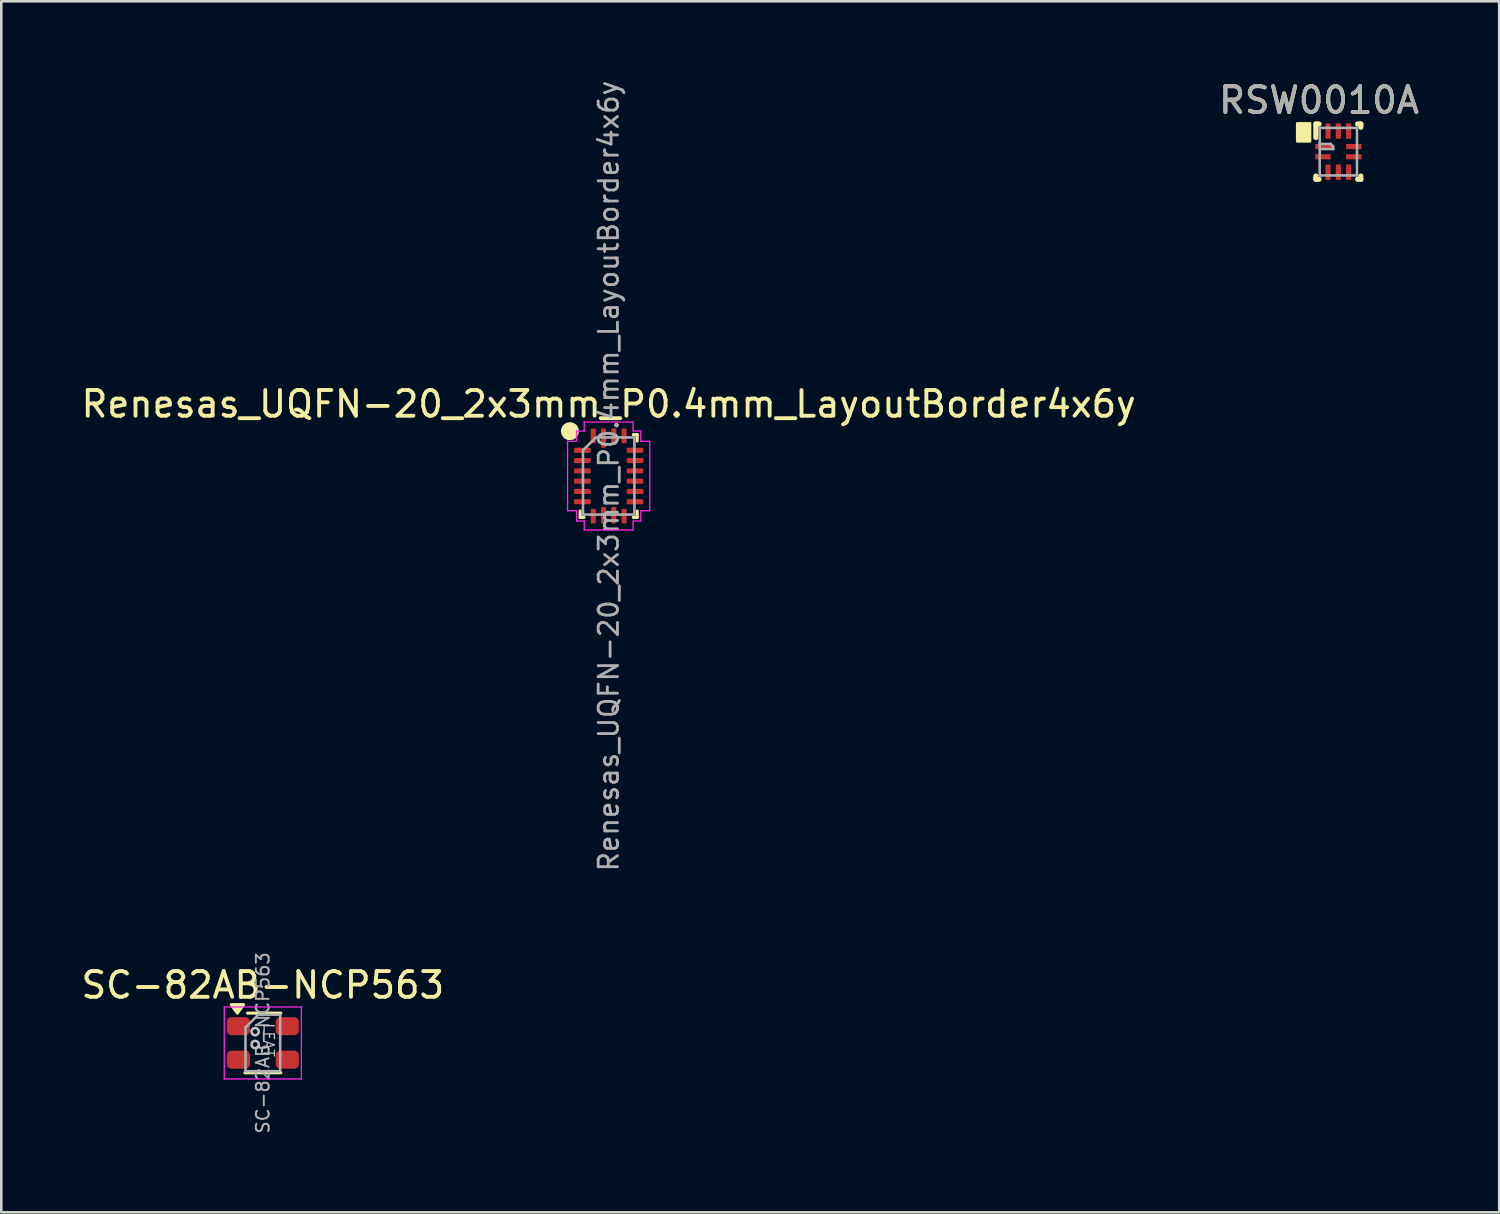
<source format=kicad_pcb>
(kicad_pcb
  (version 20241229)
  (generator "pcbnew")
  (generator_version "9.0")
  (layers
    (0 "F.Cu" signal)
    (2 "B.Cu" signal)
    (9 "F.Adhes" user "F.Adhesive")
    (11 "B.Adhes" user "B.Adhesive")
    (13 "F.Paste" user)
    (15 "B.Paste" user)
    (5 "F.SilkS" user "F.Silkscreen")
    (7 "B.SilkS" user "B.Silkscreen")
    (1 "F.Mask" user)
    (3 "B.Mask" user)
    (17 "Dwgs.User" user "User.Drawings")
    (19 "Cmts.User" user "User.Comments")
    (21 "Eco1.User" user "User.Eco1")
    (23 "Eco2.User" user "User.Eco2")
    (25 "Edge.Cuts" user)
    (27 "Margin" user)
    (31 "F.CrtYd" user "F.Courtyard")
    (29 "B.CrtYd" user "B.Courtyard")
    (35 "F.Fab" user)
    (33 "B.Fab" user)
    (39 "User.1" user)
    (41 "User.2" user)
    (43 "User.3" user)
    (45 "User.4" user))
  (footprint "RSW0010A"
    (layer "F.Cu")
    (at 49.006 2.848)
    (property "Reference" "RSW0010A" (at -0.75 -2 0) (unlocked yes) (layer "F.SilkS") (effects (font (size 1 1) (thickness 0.15))))
    (attr smd)
    (fp_line (start -0.875 -1.075) (end -0.75 -1.075) (stroke (width 0.2) (type solid)) (layer "F.SilkS"))
    (fp_line (start -0.875 -0.55) (end -0.875 -1.075) (stroke (width 0.2) (type solid)) (layer "F.SilkS"))
    (fp_line (start -0.875 1.075) (end -0.875 0.95) (stroke (width 0.2) (type solid)) (layer "F.SilkS"))
    (fp_line (start -0.875 1.075) (end -0.75 1.075) (stroke (width 0.2) (type solid)) (layer "F.SilkS"))
    (fp_line (start 0.75 -1.075) (end 0.875 -1.075) (stroke (width 0.2) (type solid)) (layer "F.SilkS"))
    (fp_line (start 0.75 1.075) (end 0.875 1.075) (stroke (width 0.2) (type solid)) (layer "F.SilkS"))
    (fp_line (start 0.875 -0.95) (end 0.875 -1.075) (stroke (width 0.2) (type solid)) (layer "F.SilkS"))
    (fp_line (start 0.875 1.075) (end 0.875 0.95) (stroke (width 0.2) (type solid)) (layer "F.SilkS"))
    (fp_rect (start -1.6 -1.1) (end -1.1 -0.4) (stroke (width 0.1) (type solid)) (fill yes) (layer "F.SilkS"))
    (fp_line (start -0.725 -0.925) (end 0.725 -0.925) (stroke (width 0.1) (type solid)) (layer "F.Fab"))
    (fp_line (start -0.725 0.925) (end -0.725 -0.925) (stroke (width 0.1) (type solid)) (layer "F.Fab"))
    (fp_line (start -0.725 0.925) (end 0.725 0.925) (stroke (width 0.1) (type solid)) (layer "F.Fab"))
    (fp_line (start -0.725 -0.3) (end -0.3 -0.3) (stroke (width 0.1) (type solid)) (layer "F.Fab"))
    (fp_line (start -0.725 -0.1) (end -0.2 -0.1) (stroke (width 0.1) (type solid)) (layer "F.Fab"))
    (fp_line (start -0.3 -0.3) (end -0.2 -0.2) (stroke (width 0.1) (type solid)) (layer "F.Fab"))
    (fp_line (start -0.2 -0.1) (end -0.2 -0.2) (stroke (width 0.1) (type solid)) (layer "F.Fab"))
    (fp_line (start 0.725 0.925) (end 0.725 -0.925) (stroke (width 0.1) (type solid)) (layer "F.Fab"))
    (fp_text user "${REFERENCE}" (at -0.75 -2 0) (unlocked yes) (layer "F.Fab") (effects (font (size 1 1) (thickness 0.15))))
    (pad "1" smd rect (at -0.55 -0.2 90) (size 0.2 0.7) (layers "F.Cu" "F.Mask" "F.Paste"))
    (pad "2" smd rect (at -0.6 0.2 90) (size 0.2 0.6) (layers "F.Cu" "F.Mask" "F.Paste"))
    (pad "3" smd rect (at -0.4 0.8) (size 0.2 0.6) (layers "F.Cu" "F.Mask" "F.Paste"))
    (pad "4" smd rect (at 0 0.8) (size 0.2 0.6) (layers "F.Cu" "F.Mask" "F.Paste"))
    (pad "5" smd rect (at 0.4 0.8) (size 0.2 0.6) (layers "F.Cu" "F.Mask" "F.Paste"))
    (pad "6" smd rect (at 0.6 0.2 90) (size 0.2 0.6) (layers "F.Cu" "F.Mask" "F.Paste"))
    (pad "7" smd rect (at 0.6 -0.2 90) (size 0.2 0.6) (layers "F.Cu" "F.Mask" "F.Paste"))
    (pad "8" smd rect (at 0.4 -0.8) (size 0.2 0.6) (layers "F.Cu" "F.Mask" "F.Paste"))
    (pad "9" smd rect (at 0 -0.8) (size 0.2 0.6) (layers "F.Cu" "F.Mask" "F.Paste"))
    (pad "10" smd rect (at -0.4 -0.8) (size 0.2 0.6) (layers "F.Cu" "F.Mask" "F.Paste")))
  (footprint "Renesas_UQFN-20_2x3mm_P0.4mm_LayoutBorder4x6y"
    (layer "F.Cu")
    (at 20.625 15.465)
    (property "Reference" "Renesas_UQFN-20_2x3mm_P0.4mm_LayoutBorder4x6y" (at 0 -2.8 0) (layer "F.SilkS") (effects (font (size 1 1) (thickness 0.15))))
    (attr smd)
    (fp_line (start -1.11 1.61) (end -1.11 1.36) (stroke (width 0.12) (type solid)) (layer "F.SilkS"))
    (fp_line (start -0.96 1.61) (end -1.11 1.61) (stroke (width 0.12) (type solid)) (layer "F.SilkS"))
    (fp_line (start 0.96 -1.61) (end 1.11 -1.61) (stroke (width 0.12) (type solid)) (layer "F.SilkS"))
    (fp_line (start 0.96 1.61) (end 1.11 1.61) (stroke (width 0.12) (type solid)) (layer "F.SilkS"))
    (fp_line (start 1.11 -1.61) (end 1.11 -1.36) (stroke (width 0.12) (type solid)) (layer "F.SilkS"))
    (fp_line (start 1.11 1.61) (end 1.11 1.36) (stroke (width 0.12) (type solid)) (layer "F.SilkS"))
    (fp_circle (center -1.508 -1.744) (end -1.208 -1.744) (stroke (width 0.1) (type default)) (fill yes) (layer "F.SilkS"))
    (fp_line (start -1.6 -1.35) (end -1.25 -1.35) (stroke (width 0.05) (type solid)) (layer "F.CrtYd"))
    (fp_line (start -1.6 1.35) (end -1.6 -1.35) (stroke (width 0.05) (type solid)) (layer "F.CrtYd"))
    (fp_line (start -1.25 -1.75) (end -0.95 -1.75) (stroke (width 0.05) (type solid)) (layer "F.CrtYd"))
    (fp_line (start -1.25 -1.35) (end -1.25 -1.75) (stroke (width 0.05) (type solid)) (layer "F.CrtYd"))
    (fp_line (start -1.25 1.35) (end -1.6 1.35) (stroke (width 0.05) (type solid)) (layer "F.CrtYd"))
    (fp_line (start -1.25 1.75) (end -1.25 1.35) (stroke (width 0.05) (type solid)) (layer "F.CrtYd"))
    (fp_line (start -0.95 -2.1) (end 0.95 -2.1) (stroke (width 0.05) (type solid)) (layer "F.CrtYd"))
    (fp_line (start -0.95 -1.75) (end -0.95 -2.1) (stroke (width 0.05) (type solid)) (layer "F.CrtYd"))
    (fp_line (start -0.95 1.75) (end -1.25 1.75) (stroke (width 0.05) (type solid)) (layer "F.CrtYd"))
    (fp_line (start -0.95 2.1) (end -0.95 1.75) (stroke (width 0.05) (type solid)) (layer "F.CrtYd"))
    (fp_line (start 0.95 -2.1) (end 0.95 -1.75) (stroke (width 0.05) (type solid)) (layer "F.CrtYd"))
    (fp_line (start 0.95 -1.75) (end 1.25 -1.75) (stroke (width 0.05) (type solid)) (layer "F.CrtYd"))
    (fp_line (start 0.95 1.75) (end 0.95 2.1) (stroke (width 0.05) (type solid)) (layer "F.CrtYd"))
    (fp_line (start 0.95 2.1) (end -0.95 2.1) (stroke (width 0.05) (type solid)) (layer "F.CrtYd"))
    (fp_line (start 1.25 -1.75) (end 1.25 -1.35) (stroke (width 0.05) (type solid)) (layer "F.CrtYd"))
    (fp_line (start 1.25 -1.35) (end 1.6 -1.35) (stroke (width 0.05) (type solid)) (layer "F.CrtYd"))
    (fp_line (start 1.25 1.35) (end 1.25 1.75) (stroke (width 0.05) (type solid)) (layer "F.CrtYd"))
    (fp_line (start 1.25 1.75) (end 0.95 1.75) (stroke (width 0.05) (type solid)) (layer "F.CrtYd"))
    (fp_line (start 1.6 -1.35) (end 1.6 1.35) (stroke (width 0.05) (type solid)) (layer "F.CrtYd"))
    (fp_line (start 1.6 1.35) (end 1.25 1.35) (stroke (width 0.05) (type solid)) (layer "F.CrtYd"))
    (fp_poly (pts (xy -1 -1) (xy -1 1.5) (xy 1 1.5) (xy 1 -1.5) (xy -0.5 -1.5)) (stroke (width 0.1) (type solid)) (fill no) (layer "F.Fab"))
    (fp_text user "${REFERENCE}" (at 0 0 90) (layer "F.Fab") (effects (font (size 0.75 0.75) (thickness 0.11))))
    (pad "1" smd roundrect (at -1.025 -1) (size 0.65 0.2) (layers "F.Cu" "F.Mask" "F.Paste") (roundrect_rratio 0.25))
    (pad "2" smd roundrect (at -1.025 -0.6) (size 0.65 0.2) (layers "F.Cu" "F.Mask" "F.Paste") (roundrect_rratio 0.25))
    (pad "3" smd roundrect (at -1.025 -0.2) (size 0.65 0.2) (layers "F.Cu" "F.Mask" "F.Paste") (roundrect_rratio 0.25))
    (pad "4" smd roundrect (at -1.025 0.2) (size 0.65 0.2) (layers "F.Cu" "F.Mask" "F.Paste") (roundrect_rratio 0.25))
    (pad "5" smd roundrect (at -1.025 0.6) (size 0.65 0.2) (layers "F.Cu" "F.Mask" "F.Paste") (roundrect_rratio 0.25))
    (pad "6" smd roundrect (at -1.025 1) (size 0.65 0.2) (layers "F.Cu" "F.Mask" "F.Paste") (roundrect_rratio 0.25))
    (pad "7" smd roundrect (at -0.6 1.562) (size 0.2 0.575) (layers "F.Cu" "F.Mask" "F.Paste") (roundrect_rratio 0.25))
    (pad "8" smd roundrect (at -0.2 1.525) (size 0.2 0.65) (layers "F.Cu" "F.Mask" "F.Paste") (roundrect_rratio 0.25))
    (pad "9" smd roundrect (at 0.2 1.525) (size 0.2 0.65) (layers "F.Cu" "F.Mask" "F.Paste") (roundrect_rratio 0.25))
    (pad "10" smd roundrect (at 0.6 1.562) (size 0.2 0.575) (layers "F.Cu" "F.Mask" "F.Paste") (roundrect_rratio 0.25))
    (pad "11" smd roundrect (at 1.025 1) (size 0.65 0.2) (layers "F.Cu" "F.Mask" "F.Paste") (roundrect_rratio 0.25))
    (pad "12" smd roundrect (at 1.025 0.6) (size 0.65 0.2) (layers "F.Cu" "F.Mask" "F.Paste") (roundrect_rratio 0.25))
    (pad "13" smd roundrect (at 1.025 0.2) (size 0.65 0.2) (layers "F.Cu" "F.Mask" "F.Paste") (roundrect_rratio 0.25))
    (pad "14" smd roundrect (at 1.025 -0.2) (size 0.65 0.2) (layers "F.Cu" "F.Mask" "F.Paste") (roundrect_rratio 0.25))
    (pad "15" smd roundrect (at 1.025 -0.6) (size 0.65 0.2) (layers "F.Cu" "F.Mask" "F.Paste") (roundrect_rratio 0.25))
    (pad "16" smd roundrect (at 1.025 -1) (size 0.65 0.2) (layers "F.Cu" "F.Mask" "F.Paste") (roundrect_rratio 0.25))
    (pad "17" smd roundrect (at 0.6 -1.562) (size 0.2 0.575) (layers "F.Cu" "F.Mask" "F.Paste") (roundrect_rratio 0.25))
    (pad "18" smd roundrect (at 0.2 -1.525) (size 0.2 0.65) (layers "F.Cu" "F.Mask" "F.Paste") (roundrect_rratio 0.25))
    (pad "19" smd roundrect (at -0.2 -1.475) (size 0.2 0.75) (layers "F.Cu" "F.Mask" "F.Paste") (roundrect_rratio 0.25))
    (pad "20" smd roundrect (at -0.6 -1.562) (size 0.2 0.575) (layers "F.Cu" "F.Mask" "F.Paste") (roundrect_rratio 0.25)))
  (footprint "SC-82AB-NCP563"
    (layer "F.Cu")
    (at 7.173 37.516)
    (property "Reference" "SC-82AB-NCP563" (at 0 -2.25 0) (layer "F.SilkS") (effects (font (size 1 1) (thickness 0.15))))
    (attr smd)
    (fp_line (start -0.7 1.16) (end 0.7 1.16) (stroke (width 0.12) (type solid)) (layer "F.SilkS"))
    (fp_line (start -0.595 -1.16) (end 0.7 -1.16) (stroke (width 0.12) (type solid)) (layer "F.SilkS"))
    (fp_poly (pts (xy -0.99 -1.16) (xy -0.75 -1.49) (xy -1.23 -1.49) (xy -0.99 -1.16)) (stroke (width 0.12) (type solid)) (fill yes) (layer "F.SilkS"))
    (fp_circle (center -0.3 -0.441) (end -0.2 -0.341) (stroke (width 0.1) (type default)) (fill no) (layer "Dwgs.User"))
    (fp_circle (center -0.3 0.059) (end -0.2 0.159) (stroke (width 0.1) (type default)) (fill no) (layer "Dwgs.User"))
    (fp_line (start -1.5 -1.4) (end -1.5 1.4) (stroke (width 0.05) (type solid)) (layer "F.CrtYd"))
    (fp_line (start -1.5 -1.4) (end 1.5 -1.4) (stroke (width 0.05) (type solid)) (layer "F.CrtYd"))
    (fp_line (start -1.5 1.4) (end 1.5 1.4) (stroke (width 0.05) (type solid)) (layer "F.CrtYd"))
    (fp_line (start 1.5 1.4) (end 1.5 -1.4) (stroke (width 0.05) (type solid)) (layer "F.CrtYd"))
    (fp_line (start -0.675 -0.6) (end -0.675 1.1) (stroke (width 0.1) (type solid)) (layer "F.Fab"))
    (fp_line (start -0.175 -1.1) (end -0.675 -0.6) (stroke (width 0.1) (type solid)) (layer "F.Fab"))
    (fp_line (start 0.675 -1.1) (end -0.175 -1.1) (stroke (width 0.1) (type solid)) (layer "F.Fab"))
    (fp_line (start 0.675 -1.1) (end 0.675 1.1) (stroke (width 0.1) (type solid)) (layer "F.Fab"))
    (fp_line (start 0.675 1.1) (end -0.675 1.1) (stroke (width 0.1) (type solid)) (layer "F.Fab"))
    (fp_text user "LFAT" (at 0 -0.8 270) (unlocked yes) (layer "Dwgs.User") (effects (font (size 0.4 0.4) (thickness 0.05)) (justify left bottom)))
    (fp_text user "${REFERENCE}" (at 0 0 90) (layer "F.Fab") (effects (font (size 0.5 0.5) (thickness 0.075))))
    (pad "1" smd roundrect (at -0.95 -0.65) (size 0.9 0.7) (layers "F.Cu" "F.Mask" "F.Paste") (roundrect_rratio 0.25))
    (pad "2" smd roundrect (at -0.95 0.65) (size 0.9 0.7) (layers "F.Cu" "F.Mask" "F.Paste") (roundrect_rratio 0.25))
    (pad "3" smd roundrect (at 0.95 0.65) (size 0.9 0.7) (layers "F.Cu" "F.Mask" "F.Paste") (roundrect_rratio 0.25))
    (pad "4" smd roundrect (at 0.95 -0.65) (size 0.9 0.7) (layers "F.Cu" "F.Mask" "F.Paste") (roundrect_rratio 0.25)))
  (gr_rect
    (start -3 -3)
    (end 55.262 44.103)
    (stroke (width 0.1) (type default))
    (fill no)
    (layer "Edge.Cuts")))
</source>
